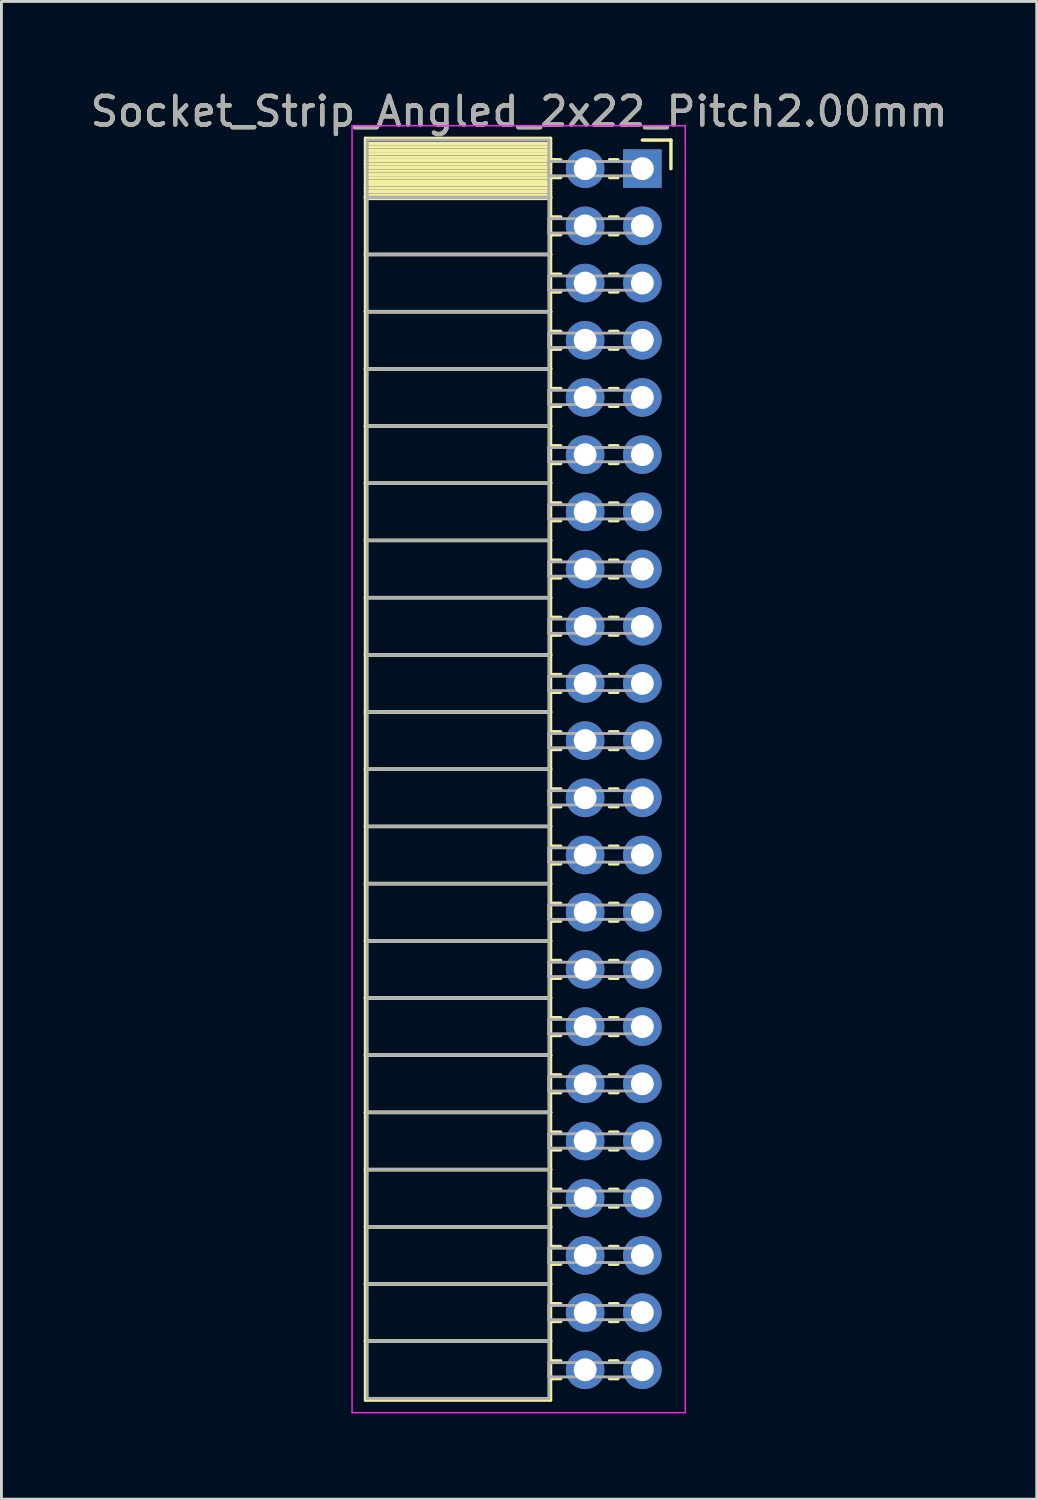
<source format=kicad_pcb>
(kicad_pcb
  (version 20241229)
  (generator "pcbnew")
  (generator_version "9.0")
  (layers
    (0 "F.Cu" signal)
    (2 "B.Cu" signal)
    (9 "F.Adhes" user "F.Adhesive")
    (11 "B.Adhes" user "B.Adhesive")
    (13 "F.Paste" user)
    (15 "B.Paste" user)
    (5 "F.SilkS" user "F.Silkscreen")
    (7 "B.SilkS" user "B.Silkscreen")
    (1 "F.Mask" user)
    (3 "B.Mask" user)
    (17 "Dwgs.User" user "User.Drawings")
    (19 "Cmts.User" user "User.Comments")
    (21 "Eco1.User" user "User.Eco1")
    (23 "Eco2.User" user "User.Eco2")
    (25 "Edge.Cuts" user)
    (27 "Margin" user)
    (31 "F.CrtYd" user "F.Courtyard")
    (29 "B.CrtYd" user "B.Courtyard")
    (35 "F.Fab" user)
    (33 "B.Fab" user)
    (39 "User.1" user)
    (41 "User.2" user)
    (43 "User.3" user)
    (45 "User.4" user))
  (footprint "Socket_Strip_Angled_2x22_Pitch2.00mm"
    (layer "F.Cu")
    (at 19.411 2.848)
    (property "Reference" "Socket_Strip_Angled_2x22_Pitch2.00mm" (at -4.31 -2 0) (layer "F.SilkS") (effects (font (size 1 1) (thickness 0.15))))
    (attr through_hole)
    (fp_line (start -9.68 -1.06) (end -3.21 -1.06) (stroke (width 0.12) (type solid)) (layer "F.SilkS"))
    (fp_line (start -9.68 1) (end -9.68 -1.06) (stroke (width 0.12) (type solid)) (layer "F.SilkS"))
    (fp_line (start -9.68 1) (end -3.21 1) (stroke (width 0.12) (type solid)) (layer "F.SilkS"))
    (fp_line (start -9.68 3) (end -9.68 1) (stroke (width 0.12) (type solid)) (layer "F.SilkS"))
    (fp_line (start -9.68 3) (end -3.21 3) (stroke (width 0.12) (type solid)) (layer "F.SilkS"))
    (fp_line (start -9.68 5) (end -9.68 3) (stroke (width 0.12) (type solid)) (layer "F.SilkS"))
    (fp_line (start -9.68 5) (end -3.21 5) (stroke (width 0.12) (type solid)) (layer "F.SilkS"))
    (fp_line (start -9.68 7) (end -9.68 5) (stroke (width 0.12) (type solid)) (layer "F.SilkS"))
    (fp_line (start -9.68 7) (end -3.21 7) (stroke (width 0.12) (type solid)) (layer "F.SilkS"))
    (fp_line (start -9.68 9) (end -9.68 7) (stroke (width 0.12) (type solid)) (layer "F.SilkS"))
    (fp_line (start -9.68 9) (end -3.21 9) (stroke (width 0.12) (type solid)) (layer "F.SilkS"))
    (fp_line (start -9.68 11) (end -9.68 9) (stroke (width 0.12) (type solid)) (layer "F.SilkS"))
    (fp_line (start -9.68 11) (end -3.21 11) (stroke (width 0.12) (type solid)) (layer "F.SilkS"))
    (fp_line (start -9.68 13) (end -9.68 11) (stroke (width 0.12) (type solid)) (layer "F.SilkS"))
    (fp_line (start -9.68 13) (end -3.21 13) (stroke (width 0.12) (type solid)) (layer "F.SilkS"))
    (fp_line (start -9.68 15) (end -9.68 13) (stroke (width 0.12) (type solid)) (layer "F.SilkS"))
    (fp_line (start -9.68 15) (end -3.21 15) (stroke (width 0.12) (type solid)) (layer "F.SilkS"))
    (fp_line (start -9.68 17) (end -9.68 15) (stroke (width 0.12) (type solid)) (layer "F.SilkS"))
    (fp_line (start -9.68 17) (end -3.21 17) (stroke (width 0.12) (type solid)) (layer "F.SilkS"))
    (fp_line (start -9.68 19) (end -9.68 17) (stroke (width 0.12) (type solid)) (layer "F.SilkS"))
    (fp_line (start -9.68 19) (end -3.21 19) (stroke (width 0.12) (type solid)) (layer "F.SilkS"))
    (fp_line (start -9.68 21) (end -9.68 19) (stroke (width 0.12) (type solid)) (layer "F.SilkS"))
    (fp_line (start -9.68 21) (end -3.21 21) (stroke (width 0.12) (type solid)) (layer "F.SilkS"))
    (fp_line (start -9.68 23) (end -9.68 21) (stroke (width 0.12) (type solid)) (layer "F.SilkS"))
    (fp_line (start -9.68 23) (end -3.21 23) (stroke (width 0.12) (type solid)) (layer "F.SilkS"))
    (fp_line (start -9.68 25) (end -9.68 23) (stroke (width 0.12) (type solid)) (layer "F.SilkS"))
    (fp_line (start -9.68 25) (end -3.21 25) (stroke (width 0.12) (type solid)) (layer "F.SilkS"))
    (fp_line (start -9.68 27) (end -9.68 25) (stroke (width 0.12) (type solid)) (layer "F.SilkS"))
    (fp_line (start -9.68 27) (end -3.21 27) (stroke (width 0.12) (type solid)) (layer "F.SilkS"))
    (fp_line (start -9.68 29) (end -9.68 27) (stroke (width 0.12) (type solid)) (layer "F.SilkS"))
    (fp_line (start -9.68 29) (end -3.21 29) (stroke (width 0.12) (type solid)) (layer "F.SilkS"))
    (fp_line (start -9.68 31) (end -9.68 29) (stroke (width 0.12) (type solid)) (layer "F.SilkS"))
    (fp_line (start -9.68 31) (end -3.21 31) (stroke (width 0.12) (type solid)) (layer "F.SilkS"))
    (fp_line (start -9.68 33) (end -9.68 31) (stroke (width 0.12) (type solid)) (layer "F.SilkS"))
    (fp_line (start -9.68 33) (end -3.21 33) (stroke (width 0.12) (type solid)) (layer "F.SilkS"))
    (fp_line (start -9.68 35) (end -9.68 33) (stroke (width 0.12) (type solid)) (layer "F.SilkS"))
    (fp_line (start -9.68 35) (end -3.21 35) (stroke (width 0.12) (type solid)) (layer "F.SilkS"))
    (fp_line (start -9.68 37) (end -9.68 35) (stroke (width 0.12) (type solid)) (layer "F.SilkS"))
    (fp_line (start -9.68 37) (end -3.21 37) (stroke (width 0.12) (type solid)) (layer "F.SilkS"))
    (fp_line (start -9.68 39) (end -9.68 37) (stroke (width 0.12) (type solid)) (layer "F.SilkS"))
    (fp_line (start -9.68 39) (end -3.21 39) (stroke (width 0.12) (type solid)) (layer "F.SilkS"))
    (fp_line (start -9.68 41) (end -9.68 39) (stroke (width 0.12) (type solid)) (layer "F.SilkS"))
    (fp_line (start -9.68 41) (end -3.21 41) (stroke (width 0.12) (type solid)) (layer "F.SilkS"))
    (fp_line (start -9.68 43.06) (end -9.68 41) (stroke (width 0.12) (type solid)) (layer "F.SilkS"))
    (fp_line (start -3.21 -1.06) (end -3.21 1) (stroke (width 0.12) (type solid)) (layer "F.SilkS"))
    (fp_line (start -3.21 -0.88) (end -9.68 -0.88) (stroke (width 0.12) (type solid)) (layer "F.SilkS"))
    (fp_line (start -3.21 -0.76) (end -9.68 -0.76) (stroke (width 0.12) (type solid)) (layer "F.SilkS"))
    (fp_line (start -3.21 -0.64) (end -9.68 -0.64) (stroke (width 0.12) (type solid)) (layer "F.SilkS"))
    (fp_line (start -3.21 -0.52) (end -9.68 -0.52) (stroke (width 0.12) (type solid)) (layer "F.SilkS"))
    (fp_line (start -3.21 -0.4) (end -9.68 -0.4) (stroke (width 0.12) (type solid)) (layer "F.SilkS"))
    (fp_line (start -3.21 -0.28) (end -9.68 -0.28) (stroke (width 0.12) (type solid)) (layer "F.SilkS"))
    (fp_line (start -3.21 -0.16) (end -9.68 -0.16) (stroke (width 0.12) (type solid)) (layer "F.SilkS"))
    (fp_line (start -3.21 -0.04) (end -9.68 -0.04) (stroke (width 0.12) (type solid)) (layer "F.SilkS"))
    (fp_line (start -3.21 0.08) (end -9.68 0.08) (stroke (width 0.12) (type solid)) (layer "F.SilkS"))
    (fp_line (start -3.21 0.2) (end -9.68 0.2) (stroke (width 0.12) (type solid)) (layer "F.SilkS"))
    (fp_line (start -3.21 0.32) (end -9.68 0.32) (stroke (width 0.12) (type solid)) (layer "F.SilkS"))
    (fp_line (start -3.21 0.44) (end -9.68 0.44) (stroke (width 0.12) (type solid)) (layer "F.SilkS"))
    (fp_line (start -3.21 0.56) (end -9.68 0.56) (stroke (width 0.12) (type solid)) (layer "F.SilkS"))
    (fp_line (start -3.21 0.68) (end -9.68 0.68) (stroke (width 0.12) (type solid)) (layer "F.SilkS"))
    (fp_line (start -3.21 0.8) (end -9.68 0.8) (stroke (width 0.12) (type solid)) (layer "F.SilkS"))
    (fp_line (start -3.21 0.92) (end -9.68 0.92) (stroke (width 0.12) (type solid)) (layer "F.SilkS"))
    (fp_line (start -3.21 1) (end -9.68 1) (stroke (width 0.12) (type solid)) (layer "F.SilkS"))
    (fp_line (start -3.21 1) (end -3.21 3) (stroke (width 0.12) (type solid)) (layer "F.SilkS"))
    (fp_line (start -3.21 1.04) (end -9.68 1.04) (stroke (width 0.12) (type solid)) (layer "F.SilkS"))
    (fp_line (start -3.21 3) (end -9.68 3) (stroke (width 0.12) (type solid)) (layer "F.SilkS"))
    (fp_line (start -3.21 3) (end -3.21 5) (stroke (width 0.12) (type solid)) (layer "F.SilkS"))
    (fp_line (start -3.21 5) (end -9.68 5) (stroke (width 0.12) (type solid)) (layer "F.SilkS"))
    (fp_line (start -3.21 5) (end -3.21 7) (stroke (width 0.12) (type solid)) (layer "F.SilkS"))
    (fp_line (start -3.21 7) (end -9.68 7) (stroke (width 0.12) (type solid)) (layer "F.SilkS"))
    (fp_line (start -3.21 7) (end -3.21 9) (stroke (width 0.12) (type solid)) (layer "F.SilkS"))
    (fp_line (start -3.21 9) (end -9.68 9) (stroke (width 0.12) (type solid)) (layer "F.SilkS"))
    (fp_line (start -3.21 9) (end -3.21 11) (stroke (width 0.12) (type solid)) (layer "F.SilkS"))
    (fp_line (start -3.21 11) (end -9.68 11) (stroke (width 0.12) (type solid)) (layer "F.SilkS"))
    (fp_line (start -3.21 11) (end -3.21 13) (stroke (width 0.12) (type solid)) (layer "F.SilkS"))
    (fp_line (start -3.21 13) (end -9.68 13) (stroke (width 0.12) (type solid)) (layer "F.SilkS"))
    (fp_line (start -3.21 13) (end -3.21 15) (stroke (width 0.12) (type solid)) (layer "F.SilkS"))
    (fp_line (start -3.21 15) (end -9.68 15) (stroke (width 0.12) (type solid)) (layer "F.SilkS"))
    (fp_line (start -3.21 15) (end -3.21 17) (stroke (width 0.12) (type solid)) (layer "F.SilkS"))
    (fp_line (start -3.21 17) (end -9.68 17) (stroke (width 0.12) (type solid)) (layer "F.SilkS"))
    (fp_line (start -3.21 17) (end -3.21 19) (stroke (width 0.12) (type solid)) (layer "F.SilkS"))
    (fp_line (start -3.21 19) (end -9.68 19) (stroke (width 0.12) (type solid)) (layer "F.SilkS"))
    (fp_line (start -3.21 19) (end -3.21 21) (stroke (width 0.12) (type solid)) (layer "F.SilkS"))
    (fp_line (start -3.21 21) (end -9.68 21) (stroke (width 0.12) (type solid)) (layer "F.SilkS"))
    (fp_line (start -3.21 21) (end -3.21 23) (stroke (width 0.12) (type solid)) (layer "F.SilkS"))
    (fp_line (start -3.21 23) (end -9.68 23) (stroke (width 0.12) (type solid)) (layer "F.SilkS"))
    (fp_line (start -3.21 23) (end -3.21 25) (stroke (width 0.12) (type solid)) (layer "F.SilkS"))
    (fp_line (start -3.21 25) (end -9.68 25) (stroke (width 0.12) (type solid)) (layer "F.SilkS"))
    (fp_line (start -3.21 25) (end -3.21 27) (stroke (width 0.12) (type solid)) (layer "F.SilkS"))
    (fp_line (start -3.21 27) (end -9.68 27) (stroke (width 0.12) (type solid)) (layer "F.SilkS"))
    (fp_line (start -3.21 27) (end -3.21 29) (stroke (width 0.12) (type solid)) (layer "F.SilkS"))
    (fp_line (start -3.21 29) (end -9.68 29) (stroke (width 0.12) (type solid)) (layer "F.SilkS"))
    (fp_line (start -3.21 29) (end -3.21 31) (stroke (width 0.12) (type solid)) (layer "F.SilkS"))
    (fp_line (start -3.21 31) (end -9.68 31) (stroke (width 0.12) (type solid)) (layer "F.SilkS"))
    (fp_line (start -3.21 31) (end -3.21 33) (stroke (width 0.12) (type solid)) (layer "F.SilkS"))
    (fp_line (start -3.21 33) (end -9.68 33) (stroke (width 0.12) (type solid)) (layer "F.SilkS"))
    (fp_line (start -3.21 33) (end -3.21 35) (stroke (width 0.12) (type solid)) (layer "F.SilkS"))
    (fp_line (start -3.21 35) (end -9.68 35) (stroke (width 0.12) (type solid)) (layer "F.SilkS"))
    (fp_line (start -3.21 35) (end -3.21 37) (stroke (width 0.12) (type solid)) (layer "F.SilkS"))
    (fp_line (start -3.21 37) (end -9.68 37) (stroke (width 0.12) (type solid)) (layer "F.SilkS"))
    (fp_line (start -3.21 37) (end -3.21 39) (stroke (width 0.12) (type solid)) (layer "F.SilkS"))
    (fp_line (start -3.21 39) (end -9.68 39) (stroke (width 0.12) (type solid)) (layer "F.SilkS"))
    (fp_line (start -3.21 39) (end -3.21 41) (stroke (width 0.12) (type solid)) (layer "F.SilkS"))
    (fp_line (start -3.21 41) (end -9.68 41) (stroke (width 0.12) (type solid)) (layer "F.SilkS"))
    (fp_line (start -3.21 41) (end -3.21 43.06) (stroke (width 0.12) (type solid)) (layer "F.SilkS"))
    (fp_line (start -3.21 43.06) (end -9.68 43.06) (stroke (width 0.12) (type solid)) (layer "F.SilkS"))
    (fp_line (start -2.855 -0.31) (end -3.21 -0.31) (stroke (width 0.12) (type solid)) (layer "F.SilkS"))
    (fp_line (start -2.855 0.31) (end -3.21 0.31) (stroke (width 0.12) (type solid)) (layer "F.SilkS"))
    (fp_line (start -2.855 1.69) (end -3.21 1.69) (stroke (width 0.12) (type solid)) (layer "F.SilkS"))
    (fp_line (start -2.855 2.31) (end -3.21 2.31) (stroke (width 0.12) (type solid)) (layer "F.SilkS"))
    (fp_line (start -2.855 3.69) (end -3.21 3.69) (stroke (width 0.12) (type solid)) (layer "F.SilkS"))
    (fp_line (start -2.855 4.31) (end -3.21 4.31) (stroke (width 0.12) (type solid)) (layer "F.SilkS"))
    (fp_line (start -2.855 5.69) (end -3.21 5.69) (stroke (width 0.12) (type solid)) (layer "F.SilkS"))
    (fp_line (start -2.855 6.31) (end -3.21 6.31) (stroke (width 0.12) (type solid)) (layer "F.SilkS"))
    (fp_line (start -2.855 7.69) (end -3.21 7.69) (stroke (width 0.12) (type solid)) (layer "F.SilkS"))
    (fp_line (start -2.855 8.31) (end -3.21 8.31) (stroke (width 0.12) (type solid)) (layer "F.SilkS"))
    (fp_line (start -2.855 9.69) (end -3.21 9.69) (stroke (width 0.12) (type solid)) (layer "F.SilkS"))
    (fp_line (start -2.855 10.31) (end -3.21 10.31) (stroke (width 0.12) (type solid)) (layer "F.SilkS"))
    (fp_line (start -2.855 11.69) (end -3.21 11.69) (stroke (width 0.12) (type solid)) (layer "F.SilkS"))
    (fp_line (start -2.855 12.31) (end -3.21 12.31) (stroke (width 0.12) (type solid)) (layer "F.SilkS"))
    (fp_line (start -2.855 13.69) (end -3.21 13.69) (stroke (width 0.12) (type solid)) (layer "F.SilkS"))
    (fp_line (start -2.855 14.31) (end -3.21 14.31) (stroke (width 0.12) (type solid)) (layer "F.SilkS"))
    (fp_line (start -2.855 15.69) (end -3.21 15.69) (stroke (width 0.12) (type solid)) (layer "F.SilkS"))
    (fp_line (start -2.855 16.31) (end -3.21 16.31) (stroke (width 0.12) (type solid)) (layer "F.SilkS"))
    (fp_line (start -2.855 17.69) (end -3.21 17.69) (stroke (width 0.12) (type solid)) (layer "F.SilkS"))
    (fp_line (start -2.855 18.31) (end -3.21 18.31) (stroke (width 0.12) (type solid)) (layer "F.SilkS"))
    (fp_line (start -2.855 19.69) (end -3.21 19.69) (stroke (width 0.12) (type solid)) (layer "F.SilkS"))
    (fp_line (start -2.855 20.31) (end -3.21 20.31) (stroke (width 0.12) (type solid)) (layer "F.SilkS"))
    (fp_line (start -2.855 21.69) (end -3.21 21.69) (stroke (width 0.12) (type solid)) (layer "F.SilkS"))
    (fp_line (start -2.855 22.31) (end -3.21 22.31) (stroke (width 0.12) (type solid)) (layer "F.SilkS"))
    (fp_line (start -2.855 23.69) (end -3.21 23.69) (stroke (width 0.12) (type solid)) (layer "F.SilkS"))
    (fp_line (start -2.855 24.31) (end -3.21 24.31) (stroke (width 0.12) (type solid)) (layer "F.SilkS"))
    (fp_line (start -2.855 25.69) (end -3.21 25.69) (stroke (width 0.12) (type solid)) (layer "F.SilkS"))
    (fp_line (start -2.855 26.31) (end -3.21 26.31) (stroke (width 0.12) (type solid)) (layer "F.SilkS"))
    (fp_line (start -2.855 27.69) (end -3.21 27.69) (stroke (width 0.12) (type solid)) (layer "F.SilkS"))
    (fp_line (start -2.855 28.31) (end -3.21 28.31) (stroke (width 0.12) (type solid)) (layer "F.SilkS"))
    (fp_line (start -2.855 29.69) (end -3.21 29.69) (stroke (width 0.12) (type solid)) (layer "F.SilkS"))
    (fp_line (start -2.855 30.31) (end -3.21 30.31) (stroke (width 0.12) (type solid)) (layer "F.SilkS"))
    (fp_line (start -2.855 31.69) (end -3.21 31.69) (stroke (width 0.12) (type solid)) (layer "F.SilkS"))
    (fp_line (start -2.855 32.31) (end -3.21 32.31) (stroke (width 0.12) (type solid)) (layer "F.SilkS"))
    (fp_line (start -2.855 33.69) (end -3.21 33.69) (stroke (width 0.12) (type solid)) (layer "F.SilkS"))
    (fp_line (start -2.855 34.31) (end -3.21 34.31) (stroke (width 0.12) (type solid)) (layer "F.SilkS"))
    (fp_line (start -2.855 35.69) (end -3.21 35.69) (stroke (width 0.12) (type solid)) (layer "F.SilkS"))
    (fp_line (start -2.855 36.31) (end -3.21 36.31) (stroke (width 0.12) (type solid)) (layer "F.SilkS"))
    (fp_line (start -2.855 37.69) (end -3.21 37.69) (stroke (width 0.12) (type solid)) (layer "F.SilkS"))
    (fp_line (start -2.855 38.31) (end -3.21 38.31) (stroke (width 0.12) (type solid)) (layer "F.SilkS"))
    (fp_line (start -2.855 39.69) (end -3.21 39.69) (stroke (width 0.12) (type solid)) (layer "F.SilkS"))
    (fp_line (start -2.855 40.31) (end -3.21 40.31) (stroke (width 0.12) (type solid)) (layer "F.SilkS"))
    (fp_line (start -2.855 41.69) (end -3.21 41.69) (stroke (width 0.12) (type solid)) (layer "F.SilkS"))
    (fp_line (start -2.855 42.31) (end -3.21 42.31) (stroke (width 0.12) (type solid)) (layer "F.SilkS"))
    (fp_line (start -0.855 -0.31) (end -1.145 -0.31) (stroke (width 0.12) (type solid)) (layer "F.SilkS"))
    (fp_line (start -0.855 0.31) (end -1.145 0.31) (stroke (width 0.12) (type solid)) (layer "F.SilkS"))
    (fp_line (start -0.855 1.69) (end -1.145 1.69) (stroke (width 0.12) (type solid)) (layer "F.SilkS"))
    (fp_line (start -0.855 2.31) (end -1.145 2.31) (stroke (width 0.12) (type solid)) (layer "F.SilkS"))
    (fp_line (start -0.855 3.69) (end -1.145 3.69) (stroke (width 0.12) (type solid)) (layer "F.SilkS"))
    (fp_line (start -0.855 4.31) (end -1.145 4.31) (stroke (width 0.12) (type solid)) (layer "F.SilkS"))
    (fp_line (start -0.855 5.69) (end -1.145 5.69) (stroke (width 0.12) (type solid)) (layer "F.SilkS"))
    (fp_line (start -0.855 6.31) (end -1.145 6.31) (stroke (width 0.12) (type solid)) (layer "F.SilkS"))
    (fp_line (start -0.855 7.69) (end -1.145 7.69) (stroke (width 0.12) (type solid)) (layer "F.SilkS"))
    (fp_line (start -0.855 8.31) (end -1.145 8.31) (stroke (width 0.12) (type solid)) (layer "F.SilkS"))
    (fp_line (start -0.855 9.69) (end -1.145 9.69) (stroke (width 0.12) (type solid)) (layer "F.SilkS"))
    (fp_line (start -0.855 10.31) (end -1.145 10.31) (stroke (width 0.12) (type solid)) (layer "F.SilkS"))
    (fp_line (start -0.855 11.69) (end -1.145 11.69) (stroke (width 0.12) (type solid)) (layer "F.SilkS"))
    (fp_line (start -0.855 12.31) (end -1.145 12.31) (stroke (width 0.12) (type solid)) (layer "F.SilkS"))
    (fp_line (start -0.855 13.69) (end -1.145 13.69) (stroke (width 0.12) (type solid)) (layer "F.SilkS"))
    (fp_line (start -0.855 14.31) (end -1.145 14.31) (stroke (width 0.12) (type solid)) (layer "F.SilkS"))
    (fp_line (start -0.855 15.69) (end -1.145 15.69) (stroke (width 0.12) (type solid)) (layer "F.SilkS"))
    (fp_line (start -0.855 16.31) (end -1.145 16.31) (stroke (width 0.12) (type solid)) (layer "F.SilkS"))
    (fp_line (start -0.855 17.69) (end -1.145 17.69) (stroke (width 0.12) (type solid)) (layer "F.SilkS"))
    (fp_line (start -0.855 18.31) (end -1.145 18.31) (stroke (width 0.12) (type solid)) (layer "F.SilkS"))
    (fp_line (start -0.855 19.69) (end -1.145 19.69) (stroke (width 0.12) (type solid)) (layer "F.SilkS"))
    (fp_line (start -0.855 20.31) (end -1.145 20.31) (stroke (width 0.12) (type solid)) (layer "F.SilkS"))
    (fp_line (start -0.855 21.69) (end -1.145 21.69) (stroke (width 0.12) (type solid)) (layer "F.SilkS"))
    (fp_line (start -0.855 22.31) (end -1.145 22.31) (stroke (width 0.12) (type solid)) (layer "F.SilkS"))
    (fp_line (start -0.855 23.69) (end -1.145 23.69) (stroke (width 0.12) (type solid)) (layer "F.SilkS"))
    (fp_line (start -0.855 24.31) (end -1.145 24.31) (stroke (width 0.12) (type solid)) (layer "F.SilkS"))
    (fp_line (start -0.855 25.69) (end -1.145 25.69) (stroke (width 0.12) (type solid)) (layer "F.SilkS"))
    (fp_line (start -0.855 26.31) (end -1.145 26.31) (stroke (width 0.12) (type solid)) (layer "F.SilkS"))
    (fp_line (start -0.855 27.69) (end -1.145 27.69) (stroke (width 0.12) (type solid)) (layer "F.SilkS"))
    (fp_line (start -0.855 28.31) (end -1.145 28.31) (stroke (width 0.12) (type solid)) (layer "F.SilkS"))
    (fp_line (start -0.855 29.69) (end -1.145 29.69) (stroke (width 0.12) (type solid)) (layer "F.SilkS"))
    (fp_line (start -0.855 30.31) (end -1.145 30.31) (stroke (width 0.12) (type solid)) (layer "F.SilkS"))
    (fp_line (start -0.855 31.69) (end -1.145 31.69) (stroke (width 0.12) (type solid)) (layer "F.SilkS"))
    (fp_line (start -0.855 32.31) (end -1.145 32.31) (stroke (width 0.12) (type solid)) (layer "F.SilkS"))
    (fp_line (start -0.855 33.69) (end -1.145 33.69) (stroke (width 0.12) (type solid)) (layer "F.SilkS"))
    (fp_line (start -0.855 34.31) (end -1.145 34.31) (stroke (width 0.12) (type solid)) (layer "F.SilkS"))
    (fp_line (start -0.855 35.69) (end -1.145 35.69) (stroke (width 0.12) (type solid)) (layer "F.SilkS"))
    (fp_line (start -0.855 36.31) (end -1.145 36.31) (stroke (width 0.12) (type solid)) (layer "F.SilkS"))
    (fp_line (start -0.855 37.69) (end -1.145 37.69) (stroke (width 0.12) (type solid)) (layer "F.SilkS"))
    (fp_line (start -0.855 38.31) (end -1.145 38.31) (stroke (width 0.12) (type solid)) (layer "F.SilkS"))
    (fp_line (start -0.855 39.69) (end -1.145 39.69) (stroke (width 0.12) (type solid)) (layer "F.SilkS"))
    (fp_line (start -0.855 40.31) (end -1.145 40.31) (stroke (width 0.12) (type solid)) (layer "F.SilkS"))
    (fp_line (start -0.855 41.69) (end -1.145 41.69) (stroke (width 0.12) (type solid)) (layer "F.SilkS"))
    (fp_line (start -0.855 42.31) (end -1.145 42.31) (stroke (width 0.12) (type solid)) (layer "F.SilkS"))
    (fp_line (start 0 -1) (end 1 -1) (stroke (width 0.12) (type solid)) (layer "F.SilkS"))
    (fp_line (start 1 -1) (end 1 0) (stroke (width 0.12) (type solid)) (layer "F.SilkS"))
    (fp_line (start -10.15 -1.5) (end 1.5 -1.5) (stroke (width 0.05) (type solid)) (layer "F.CrtYd"))
    (fp_line (start -10.15 43.5) (end -10.15 -1.5) (stroke (width 0.05) (type solid)) (layer "F.CrtYd"))
    (fp_line (start 1.5 -1.5) (end 1.5 43.5) (stroke (width 0.05) (type solid)) (layer "F.CrtYd"))
    (fp_line (start 1.5 43.5) (end -10.15 43.5) (stroke (width 0.05) (type solid)) (layer "F.CrtYd"))
    (fp_line (start -9.62 -1) (end -3.27 -1) (stroke (width 0.1) (type solid)) (layer "F.Fab"))
    (fp_line (start -9.62 1) (end -9.62 -1) (stroke (width 0.1) (type solid)) (layer "F.Fab"))
    (fp_line (start -9.62 1) (end -3.27 1) (stroke (width 0.1) (type solid)) (layer "F.Fab"))
    (fp_line (start -9.62 3) (end -9.62 1) (stroke (width 0.1) (type solid)) (layer "F.Fab"))
    (fp_line (start -9.62 3) (end -3.27 3) (stroke (width 0.1) (type solid)) (layer "F.Fab"))
    (fp_line (start -9.62 5) (end -9.62 3) (stroke (width 0.1) (type solid)) (layer "F.Fab"))
    (fp_line (start -9.62 5) (end -3.27 5) (stroke (width 0.1) (type solid)) (layer "F.Fab"))
    (fp_line (start -9.62 7) (end -9.62 5) (stroke (width 0.1) (type solid)) (layer "F.Fab"))
    (fp_line (start -9.62 7) (end -3.27 7) (stroke (width 0.1) (type solid)) (layer "F.Fab"))
    (fp_line (start -9.62 9) (end -9.62 7) (stroke (width 0.1) (type solid)) (layer "F.Fab"))
    (fp_line (start -9.62 9) (end -3.27 9) (stroke (width 0.1) (type solid)) (layer "F.Fab"))
    (fp_line (start -9.62 11) (end -9.62 9) (stroke (width 0.1) (type solid)) (layer "F.Fab"))
    (fp_line (start -9.62 11) (end -3.27 11) (stroke (width 0.1) (type solid)) (layer "F.Fab"))
    (fp_line (start -9.62 13) (end -9.62 11) (stroke (width 0.1) (type solid)) (layer "F.Fab"))
    (fp_line (start -9.62 13) (end -3.27 13) (stroke (width 0.1) (type solid)) (layer "F.Fab"))
    (fp_line (start -9.62 15) (end -9.62 13) (stroke (width 0.1) (type solid)) (layer "F.Fab"))
    (fp_line (start -9.62 15) (end -3.27 15) (stroke (width 0.1) (type solid)) (layer "F.Fab"))
    (fp_line (start -9.62 17) (end -9.62 15) (stroke (width 0.1) (type solid)) (layer "F.Fab"))
    (fp_line (start -9.62 17) (end -3.27 17) (stroke (width 0.1) (type solid)) (layer "F.Fab"))
    (fp_line (start -9.62 19) (end -9.62 17) (stroke (width 0.1) (type solid)) (layer "F.Fab"))
    (fp_line (start -9.62 19) (end -3.27 19) (stroke (width 0.1) (type solid)) (layer "F.Fab"))
    (fp_line (start -9.62 21) (end -9.62 19) (stroke (width 0.1) (type solid)) (layer "F.Fab"))
    (fp_line (start -9.62 21) (end -3.27 21) (stroke (width 0.1) (type solid)) (layer "F.Fab"))
    (fp_line (start -9.62 23) (end -9.62 21) (stroke (width 0.1) (type solid)) (layer "F.Fab"))
    (fp_line (start -9.62 23) (end -3.27 23) (stroke (width 0.1) (type solid)) (layer "F.Fab"))
    (fp_line (start -9.62 25) (end -9.62 23) (stroke (width 0.1) (type solid)) (layer "F.Fab"))
    (fp_line (start -9.62 25) (end -3.27 25) (stroke (width 0.1) (type solid)) (layer "F.Fab"))
    (fp_line (start -9.62 27) (end -9.62 25) (stroke (width 0.1) (type solid)) (layer "F.Fab"))
    (fp_line (start -9.62 27) (end -3.27 27) (stroke (width 0.1) (type solid)) (layer "F.Fab"))
    (fp_line (start -9.62 29) (end -9.62 27) (stroke (width 0.1) (type solid)) (layer "F.Fab"))
    (fp_line (start -9.62 29) (end -3.27 29) (stroke (width 0.1) (type solid)) (layer "F.Fab"))
    (fp_line (start -9.62 31) (end -9.62 29) (stroke (width 0.1) (type solid)) (layer "F.Fab"))
    (fp_line (start -9.62 31) (end -3.27 31) (stroke (width 0.1) (type solid)) (layer "F.Fab"))
    (fp_line (start -9.62 33) (end -9.62 31) (stroke (width 0.1) (type solid)) (layer "F.Fab"))
    (fp_line (start -9.62 33) (end -3.27 33) (stroke (width 0.1) (type solid)) (layer "F.Fab"))
    (fp_line (start -9.62 35) (end -9.62 33) (stroke (width 0.1) (type solid)) (layer "F.Fab"))
    (fp_line (start -9.62 35) (end -3.27 35) (stroke (width 0.1) (type solid)) (layer "F.Fab"))
    (fp_line (start -9.62 37) (end -9.62 35) (stroke (width 0.1) (type solid)) (layer "F.Fab"))
    (fp_line (start -9.62 37) (end -3.27 37) (stroke (width 0.1) (type solid)) (layer "F.Fab"))
    (fp_line (start -9.62 39) (end -9.62 37) (stroke (width 0.1) (type solid)) (layer "F.Fab"))
    (fp_line (start -9.62 39) (end -3.27 39) (stroke (width 0.1) (type solid)) (layer "F.Fab"))
    (fp_line (start -9.62 41) (end -9.62 39) (stroke (width 0.1) (type solid)) (layer "F.Fab"))
    (fp_line (start -9.62 41) (end -3.27 41) (stroke (width 0.1) (type solid)) (layer "F.Fab"))
    (fp_line (start -9.62 43) (end -9.62 41) (stroke (width 0.1) (type solid)) (layer "F.Fab"))
    (fp_line (start -3.27 -1) (end -3.27 1) (stroke (width 0.1) (type solid)) (layer "F.Fab"))
    (fp_line (start -3.27 -0.25) (end 0 -0.25) (stroke (width 0.1) (type solid)) (layer "F.Fab"))
    (fp_line (start -3.27 0.25) (end -3.27 -0.25) (stroke (width 0.1) (type solid)) (layer "F.Fab"))
    (fp_line (start -3.27 1) (end -9.62 1) (stroke (width 0.1) (type solid)) (layer "F.Fab"))
    (fp_line (start -3.27 1) (end -3.27 3) (stroke (width 0.1) (type solid)) (layer "F.Fab"))
    (fp_line (start -3.27 1.75) (end 0 1.75) (stroke (width 0.1) (type solid)) (layer "F.Fab"))
    (fp_line (start -3.27 2.25) (end -3.27 1.75) (stroke (width 0.1) (type solid)) (layer "F.Fab"))
    (fp_line (start -3.27 3) (end -9.62 3) (stroke (width 0.1) (type solid)) (layer "F.Fab"))
    (fp_line (start -3.27 3) (end -3.27 5) (stroke (width 0.1) (type solid)) (layer "F.Fab"))
    (fp_line (start -3.27 3.75) (end 0 3.75) (stroke (width 0.1) (type solid)) (layer "F.Fab"))
    (fp_line (start -3.27 4.25) (end -3.27 3.75) (stroke (width 0.1) (type solid)) (layer "F.Fab"))
    (fp_line (start -3.27 5) (end -9.62 5) (stroke (width 0.1) (type solid)) (layer "F.Fab"))
    (fp_line (start -3.27 5) (end -3.27 7) (stroke (width 0.1) (type solid)) (layer "F.Fab"))
    (fp_line (start -3.27 5.75) (end 0 5.75) (stroke (width 0.1) (type solid)) (layer "F.Fab"))
    (fp_line (start -3.27 6.25) (end -3.27 5.75) (stroke (width 0.1) (type solid)) (layer "F.Fab"))
    (fp_line (start -3.27 7) (end -9.62 7) (stroke (width 0.1) (type solid)) (layer "F.Fab"))
    (fp_line (start -3.27 7) (end -3.27 9) (stroke (width 0.1) (type solid)) (layer "F.Fab"))
    (fp_line (start -3.27 7.75) (end 0 7.75) (stroke (width 0.1) (type solid)) (layer "F.Fab"))
    (fp_line (start -3.27 8.25) (end -3.27 7.75) (stroke (width 0.1) (type solid)) (layer "F.Fab"))
    (fp_line (start -3.27 9) (end -9.62 9) (stroke (width 0.1) (type solid)) (layer "F.Fab"))
    (fp_line (start -3.27 9) (end -3.27 11) (stroke (width 0.1) (type solid)) (layer "F.Fab"))
    (fp_line (start -3.27 9.75) (end 0 9.75) (stroke (width 0.1) (type solid)) (layer "F.Fab"))
    (fp_line (start -3.27 10.25) (end -3.27 9.75) (stroke (width 0.1) (type solid)) (layer "F.Fab"))
    (fp_line (start -3.27 11) (end -9.62 11) (stroke (width 0.1) (type solid)) (layer "F.Fab"))
    (fp_line (start -3.27 11) (end -3.27 13) (stroke (width 0.1) (type solid)) (layer "F.Fab"))
    (fp_line (start -3.27 11.75) (end 0 11.75) (stroke (width 0.1) (type solid)) (layer "F.Fab"))
    (fp_line (start -3.27 12.25) (end -3.27 11.75) (stroke (width 0.1) (type solid)) (layer "F.Fab"))
    (fp_line (start -3.27 13) (end -9.62 13) (stroke (width 0.1) (type solid)) (layer "F.Fab"))
    (fp_line (start -3.27 13) (end -3.27 15) (stroke (width 0.1) (type solid)) (layer "F.Fab"))
    (fp_line (start -3.27 13.75) (end 0 13.75) (stroke (width 0.1) (type solid)) (layer "F.Fab"))
    (fp_line (start -3.27 14.25) (end -3.27 13.75) (stroke (width 0.1) (type solid)) (layer "F.Fab"))
    (fp_line (start -3.27 15) (end -9.62 15) (stroke (width 0.1) (type solid)) (layer "F.Fab"))
    (fp_line (start -3.27 15) (end -3.27 17) (stroke (width 0.1) (type solid)) (layer "F.Fab"))
    (fp_line (start -3.27 15.75) (end 0 15.75) (stroke (width 0.1) (type solid)) (layer "F.Fab"))
    (fp_line (start -3.27 16.25) (end -3.27 15.75) (stroke (width 0.1) (type solid)) (layer "F.Fab"))
    (fp_line (start -3.27 17) (end -9.62 17) (stroke (width 0.1) (type solid)) (layer "F.Fab"))
    (fp_line (start -3.27 17) (end -3.27 19) (stroke (width 0.1) (type solid)) (layer "F.Fab"))
    (fp_line (start -3.27 17.75) (end 0 17.75) (stroke (width 0.1) (type solid)) (layer "F.Fab"))
    (fp_line (start -3.27 18.25) (end -3.27 17.75) (stroke (width 0.1) (type solid)) (layer "F.Fab"))
    (fp_line (start -3.27 19) (end -9.62 19) (stroke (width 0.1) (type solid)) (layer "F.Fab"))
    (fp_line (start -3.27 19) (end -3.27 21) (stroke (width 0.1) (type solid)) (layer "F.Fab"))
    (fp_line (start -3.27 19.75) (end 0 19.75) (stroke (width 0.1) (type solid)) (layer "F.Fab"))
    (fp_line (start -3.27 20.25) (end -3.27 19.75) (stroke (width 0.1) (type solid)) (layer "F.Fab"))
    (fp_line (start -3.27 21) (end -9.62 21) (stroke (width 0.1) (type solid)) (layer "F.Fab"))
    (fp_line (start -3.27 21) (end -3.27 23) (stroke (width 0.1) (type solid)) (layer "F.Fab"))
    (fp_line (start -3.27 21.75) (end 0 21.75) (stroke (width 0.1) (type solid)) (layer "F.Fab"))
    (fp_line (start -3.27 22.25) (end -3.27 21.75) (stroke (width 0.1) (type solid)) (layer "F.Fab"))
    (fp_line (start -3.27 23) (end -9.62 23) (stroke (width 0.1) (type solid)) (layer "F.Fab"))
    (fp_line (start -3.27 23) (end -3.27 25) (stroke (width 0.1) (type solid)) (layer "F.Fab"))
    (fp_line (start -3.27 23.75) (end 0 23.75) (stroke (width 0.1) (type solid)) (layer "F.Fab"))
    (fp_line (start -3.27 24.25) (end -3.27 23.75) (stroke (width 0.1) (type solid)) (layer "F.Fab"))
    (fp_line (start -3.27 25) (end -9.62 25) (stroke (width 0.1) (type solid)) (layer "F.Fab"))
    (fp_line (start -3.27 25) (end -3.27 27) (stroke (width 0.1) (type solid)) (layer "F.Fab"))
    (fp_line (start -3.27 25.75) (end 0 25.75) (stroke (width 0.1) (type solid)) (layer "F.Fab"))
    (fp_line (start -3.27 26.25) (end -3.27 25.75) (stroke (width 0.1) (type solid)) (layer "F.Fab"))
    (fp_line (start -3.27 27) (end -9.62 27) (stroke (width 0.1) (type solid)) (layer "F.Fab"))
    (fp_line (start -3.27 27) (end -3.27 29) (stroke (width 0.1) (type solid)) (layer "F.Fab"))
    (fp_line (start -3.27 27.75) (end 0 27.75) (stroke (width 0.1) (type solid)) (layer "F.Fab"))
    (fp_line (start -3.27 28.25) (end -3.27 27.75) (stroke (width 0.1) (type solid)) (layer "F.Fab"))
    (fp_line (start -3.27 29) (end -9.62 29) (stroke (width 0.1) (type solid)) (layer "F.Fab"))
    (fp_line (start -3.27 29) (end -3.27 31) (stroke (width 0.1) (type solid)) (layer "F.Fab"))
    (fp_line (start -3.27 29.75) (end 0 29.75) (stroke (width 0.1) (type solid)) (layer "F.Fab"))
    (fp_line (start -3.27 30.25) (end -3.27 29.75) (stroke (width 0.1) (type solid)) (layer "F.Fab"))
    (fp_line (start -3.27 31) (end -9.62 31) (stroke (width 0.1) (type solid)) (layer "F.Fab"))
    (fp_line (start -3.27 31) (end -3.27 33) (stroke (width 0.1) (type solid)) (layer "F.Fab"))
    (fp_line (start -3.27 31.75) (end 0 31.75) (stroke (width 0.1) (type solid)) (layer "F.Fab"))
    (fp_line (start -3.27 32.25) (end -3.27 31.75) (stroke (width 0.1) (type solid)) (layer "F.Fab"))
    (fp_line (start -3.27 33) (end -9.62 33) (stroke (width 0.1) (type solid)) (layer "F.Fab"))
    (fp_line (start -3.27 33) (end -3.27 35) (stroke (width 0.1) (type solid)) (layer "F.Fab"))
    (fp_line (start -3.27 33.75) (end 0 33.75) (stroke (width 0.1) (type solid)) (layer "F.Fab"))
    (fp_line (start -3.27 34.25) (end -3.27 33.75) (stroke (width 0.1) (type solid)) (layer "F.Fab"))
    (fp_line (start -3.27 35) (end -9.62 35) (stroke (width 0.1) (type solid)) (layer "F.Fab"))
    (fp_line (start -3.27 35) (end -3.27 37) (stroke (width 0.1) (type solid)) (layer "F.Fab"))
    (fp_line (start -3.27 35.75) (end 0 35.75) (stroke (width 0.1) (type solid)) (layer "F.Fab"))
    (fp_line (start -3.27 36.25) (end -3.27 35.75) (stroke (width 0.1) (type solid)) (layer "F.Fab"))
    (fp_line (start -3.27 37) (end -9.62 37) (stroke (width 0.1) (type solid)) (layer "F.Fab"))
    (fp_line (start -3.27 37) (end -3.27 39) (stroke (width 0.1) (type solid)) (layer "F.Fab"))
    (fp_line (start -3.27 37.75) (end 0 37.75) (stroke (width 0.1) (type solid)) (layer "F.Fab"))
    (fp_line (start -3.27 38.25) (end -3.27 37.75) (stroke (width 0.1) (type solid)) (layer "F.Fab"))
    (fp_line (start -3.27 39) (end -9.62 39) (stroke (width 0.1) (type solid)) (layer "F.Fab"))
    (fp_line (start -3.27 39) (end -3.27 41) (stroke (width 0.1) (type solid)) (layer "F.Fab"))
    (fp_line (start -3.27 39.75) (end 0 39.75) (stroke (width 0.1) (type solid)) (layer "F.Fab"))
    (fp_line (start -3.27 40.25) (end -3.27 39.75) (stroke (width 0.1) (type solid)) (layer "F.Fab"))
    (fp_line (start -3.27 41) (end -9.62 41) (stroke (width 0.1) (type solid)) (layer "F.Fab"))
    (fp_line (start -3.27 41) (end -3.27 43) (stroke (width 0.1) (type solid)) (layer "F.Fab"))
    (fp_line (start -3.27 41.75) (end 0 41.75) (stroke (width 0.1) (type solid)) (layer "F.Fab"))
    (fp_line (start -3.27 42.25) (end -3.27 41.75) (stroke (width 0.1) (type solid)) (layer "F.Fab"))
    (fp_line (start -3.27 43) (end -9.62 43) (stroke (width 0.1) (type solid)) (layer "F.Fab"))
    (fp_line (start 0 -0.25) (end 0 0.25) (stroke (width 0.1) (type solid)) (layer "F.Fab"))
    (fp_line (start 0 0.25) (end -3.27 0.25) (stroke (width 0.1) (type solid)) (layer "F.Fab"))
    (fp_line (start 0 1.75) (end 0 2.25) (stroke (width 0.1) (type solid)) (layer "F.Fab"))
    (fp_line (start 0 2.25) (end -3.27 2.25) (stroke (width 0.1) (type solid)) (layer "F.Fab"))
    (fp_line (start 0 3.75) (end 0 4.25) (stroke (width 0.1) (type solid)) (layer "F.Fab"))
    (fp_line (start 0 4.25) (end -3.27 4.25) (stroke (width 0.1) (type solid)) (layer "F.Fab"))
    (fp_line (start 0 5.75) (end 0 6.25) (stroke (width 0.1) (type solid)) (layer "F.Fab"))
    (fp_line (start 0 6.25) (end -3.27 6.25) (stroke (width 0.1) (type solid)) (layer "F.Fab"))
    (fp_line (start 0 7.75) (end 0 8.25) (stroke (width 0.1) (type solid)) (layer "F.Fab"))
    (fp_line (start 0 8.25) (end -3.27 8.25) (stroke (width 0.1) (type solid)) (layer "F.Fab"))
    (fp_line (start 0 9.75) (end 0 10.25) (stroke (width 0.1) (type solid)) (layer "F.Fab"))
    (fp_line (start 0 10.25) (end -3.27 10.25) (stroke (width 0.1) (type solid)) (layer "F.Fab"))
    (fp_line (start 0 11.75) (end 0 12.25) (stroke (width 0.1) (type solid)) (layer "F.Fab"))
    (fp_line (start 0 12.25) (end -3.27 12.25) (stroke (width 0.1) (type solid)) (layer "F.Fab"))
    (fp_line (start 0 13.75) (end 0 14.25) (stroke (width 0.1) (type solid)) (layer "F.Fab"))
    (fp_line (start 0 14.25) (end -3.27 14.25) (stroke (width 0.1) (type solid)) (layer "F.Fab"))
    (fp_line (start 0 15.75) (end 0 16.25) (stroke (width 0.1) (type solid)) (layer "F.Fab"))
    (fp_line (start 0 16.25) (end -3.27 16.25) (stroke (width 0.1) (type solid)) (layer "F.Fab"))
    (fp_line (start 0 17.75) (end 0 18.25) (stroke (width 0.1) (type solid)) (layer "F.Fab"))
    (fp_line (start 0 18.25) (end -3.27 18.25) (stroke (width 0.1) (type solid)) (layer "F.Fab"))
    (fp_line (start 0 19.75) (end 0 20.25) (stroke (width 0.1) (type solid)) (layer "F.Fab"))
    (fp_line (start 0 20.25) (end -3.27 20.25) (stroke (width 0.1) (type solid)) (layer "F.Fab"))
    (fp_line (start 0 21.75) (end 0 22.25) (stroke (width 0.1) (type solid)) (layer "F.Fab"))
    (fp_line (start 0 22.25) (end -3.27 22.25) (stroke (width 0.1) (type solid)) (layer "F.Fab"))
    (fp_line (start 0 23.75) (end 0 24.25) (stroke (width 0.1) (type solid)) (layer "F.Fab"))
    (fp_line (start 0 24.25) (end -3.27 24.25) (stroke (width 0.1) (type solid)) (layer "F.Fab"))
    (fp_line (start 0 25.75) (end 0 26.25) (stroke (width 0.1) (type solid)) (layer "F.Fab"))
    (fp_line (start 0 26.25) (end -3.27 26.25) (stroke (width 0.1) (type solid)) (layer "F.Fab"))
    (fp_line (start 0 27.75) (end 0 28.25) (stroke (width 0.1) (type solid)) (layer "F.Fab"))
    (fp_line (start 0 28.25) (end -3.27 28.25) (stroke (width 0.1) (type solid)) (layer "F.Fab"))
    (fp_line (start 0 29.75) (end 0 30.25) (stroke (width 0.1) (type solid)) (layer "F.Fab"))
    (fp_line (start 0 30.25) (end -3.27 30.25) (stroke (width 0.1) (type solid)) (layer "F.Fab"))
    (fp_line (start 0 31.75) (end 0 32.25) (stroke (width 0.1) (type solid)) (layer "F.Fab"))
    (fp_line (start 0 32.25) (end -3.27 32.25) (stroke (width 0.1) (type solid)) (layer "F.Fab"))
    (fp_line (start 0 33.75) (end 0 34.25) (stroke (width 0.1) (type solid)) (layer "F.Fab"))
    (fp_line (start 0 34.25) (end -3.27 34.25) (stroke (width 0.1) (type solid)) (layer "F.Fab"))
    (fp_line (start 0 35.75) (end 0 36.25) (stroke (width 0.1) (type solid)) (layer "F.Fab"))
    (fp_line (start 0 36.25) (end -3.27 36.25) (stroke (width 0.1) (type solid)) (layer "F.Fab"))
    (fp_line (start 0 37.75) (end 0 38.25) (stroke (width 0.1) (type solid)) (layer "F.Fab"))
    (fp_line (start 0 38.25) (end -3.27 38.25) (stroke (width 0.1) (type solid)) (layer "F.Fab"))
    (fp_line (start 0 39.75) (end 0 40.25) (stroke (width 0.1) (type solid)) (layer "F.Fab"))
    (fp_line (start 0 40.25) (end -3.27 40.25) (stroke (width 0.1) (type solid)) (layer "F.Fab"))
    (fp_line (start 0 41.75) (end 0 42.25) (stroke (width 0.1) (type solid)) (layer "F.Fab"))
    (fp_line (start 0 42.25) (end -3.27 42.25) (stroke (width 0.1) (type solid)) (layer "F.Fab"))
    (fp_text user "${REFERENCE}" (at -4.31 -2 0) (layer "F.Fab") (effects (font (size 1 1) (thickness 0.15))))
    (pad "1" thru_hole rect (at 0 0) (size 1.35 1.35) (drill 0.8) (layers "*.Cu" "*.Mask"))
    (pad "2" thru_hole oval (at -2 0) (size 1.35 1.35) (drill 0.8) (layers "*.Cu" "*.Mask"))
    (pad "3" thru_hole oval (at 0 2) (size 1.35 1.35) (drill 0.8) (layers "*.Cu" "*.Mask"))
    (pad "4" thru_hole oval (at -2 2) (size 1.35 1.35) (drill 0.8) (layers "*.Cu" "*.Mask"))
    (pad "5" thru_hole oval (at 0 4) (size 1.35 1.35) (drill 0.8) (layers "*.Cu" "*.Mask"))
    (pad "6" thru_hole oval (at -2 4) (size 1.35 1.35) (drill 0.8) (layers "*.Cu" "*.Mask"))
    (pad "7" thru_hole oval (at 0 6) (size 1.35 1.35) (drill 0.8) (layers "*.Cu" "*.Mask"))
    (pad "8" thru_hole oval (at -2 6) (size 1.35 1.35) (drill 0.8) (layers "*.Cu" "*.Mask"))
    (pad "9" thru_hole oval (at 0 8) (size 1.35 1.35) (drill 0.8) (layers "*.Cu" "*.Mask"))
    (pad "10" thru_hole oval (at -2 8) (size 1.35 1.35) (drill 0.8) (layers "*.Cu" "*.Mask"))
    (pad "11" thru_hole oval (at 0 10) (size 1.35 1.35) (drill 0.8) (layers "*.Cu" "*.Mask"))
    (pad "12" thru_hole oval (at -2 10) (size 1.35 1.35) (drill 0.8) (layers "*.Cu" "*.Mask"))
    (pad "13" thru_hole oval (at 0 12) (size 1.35 1.35) (drill 0.8) (layers "*.Cu" "*.Mask"))
    (pad "14" thru_hole oval (at -2 12) (size 1.35 1.35) (drill 0.8) (layers "*.Cu" "*.Mask"))
    (pad "15" thru_hole oval (at 0 14) (size 1.35 1.35) (drill 0.8) (layers "*.Cu" "*.Mask"))
    (pad "16" thru_hole oval (at -2 14) (size 1.35 1.35) (drill 0.8) (layers "*.Cu" "*.Mask"))
    (pad "17" thru_hole oval (at 0 16) (size 1.35 1.35) (drill 0.8) (layers "*.Cu" "*.Mask"))
    (pad "18" thru_hole oval (at -2 16) (size 1.35 1.35) (drill 0.8) (layers "*.Cu" "*.Mask"))
    (pad "19" thru_hole oval (at 0 18) (size 1.35 1.35) (drill 0.8) (layers "*.Cu" "*.Mask"))
    (pad "20" thru_hole oval (at -2 18) (size 1.35 1.35) (drill 0.8) (layers "*.Cu" "*.Mask"))
    (pad "21" thru_hole oval (at 0 20) (size 1.35 1.35) (drill 0.8) (layers "*.Cu" "*.Mask"))
    (pad "22" thru_hole oval (at -2 20) (size 1.35 1.35) (drill 0.8) (layers "*.Cu" "*.Mask"))
    (pad "23" thru_hole oval (at 0 22) (size 1.35 1.35) (drill 0.8) (layers "*.Cu" "*.Mask"))
    (pad "24" thru_hole oval (at -2 22) (size 1.35 1.35) (drill 0.8) (layers "*.Cu" "*.Mask"))
    (pad "25" thru_hole oval (at 0 24) (size 1.35 1.35) (drill 0.8) (layers "*.Cu" "*.Mask"))
    (pad "26" thru_hole oval (at -2 24) (size 1.35 1.35) (drill 0.8) (layers "*.Cu" "*.Mask"))
    (pad "27" thru_hole oval (at 0 26) (size 1.35 1.35) (drill 0.8) (layers "*.Cu" "*.Mask"))
    (pad "28" thru_hole oval (at -2 26) (size 1.35 1.35) (drill 0.8) (layers "*.Cu" "*.Mask"))
    (pad "29" thru_hole oval (at 0 28) (size 1.35 1.35) (drill 0.8) (layers "*.Cu" "*.Mask"))
    (pad "30" thru_hole oval (at -2 28) (size 1.35 1.35) (drill 0.8) (layers "*.Cu" "*.Mask"))
    (pad "31" thru_hole oval (at 0 30) (size 1.35 1.35) (drill 0.8) (layers "*.Cu" "*.Mask"))
    (pad "32" thru_hole oval (at -2 30) (size 1.35 1.35) (drill 0.8) (layers "*.Cu" "*.Mask"))
    (pad "33" thru_hole oval (at 0 32) (size 1.35 1.35) (drill 0.8) (layers "*.Cu" "*.Mask"))
    (pad "34" thru_hole oval (at -2 32) (size 1.35 1.35) (drill 0.8) (layers "*.Cu" "*.Mask"))
    (pad "35" thru_hole oval (at 0 34) (size 1.35 1.35) (drill 0.8) (layers "*.Cu" "*.Mask"))
    (pad "36" thru_hole oval (at -2 34) (size 1.35 1.35) (drill 0.8) (layers "*.Cu" "*.Mask"))
    (pad "37" thru_hole oval (at 0 36) (size 1.35 1.35) (drill 0.8) (layers "*.Cu" "*.Mask"))
    (pad "38" thru_hole oval (at -2 36) (size 1.35 1.35) (drill 0.8) (layers "*.Cu" "*.Mask"))
    (pad "39" thru_hole oval (at 0 38) (size 1.35 1.35) (drill 0.8) (layers "*.Cu" "*.Mask"))
    (pad "40" thru_hole oval (at -2 38) (size 1.35 1.35) (drill 0.8) (layers "*.Cu" "*.Mask"))
    (pad "41" thru_hole oval (at 0 40) (size 1.35 1.35) (drill 0.8) (layers "*.Cu" "*.Mask"))
    (pad "42" thru_hole oval (at -2 40) (size 1.35 1.35) (drill 0.8) (layers "*.Cu" "*.Mask"))
    (pad "43" thru_hole oval (at 0 42) (size 1.35 1.35) (drill 0.8) (layers "*.Cu" "*.Mask"))
    (pad "44" thru_hole oval (at -2 42) (size 1.35 1.35) (drill 0.8) (layers "*.Cu" "*.Mask")))
  (gr_rect
    (start -3 -3)
    (end 33.202 49.373)
    (stroke (width 0.1) (type default))
    (fill no)
    (layer "Edge.Cuts")))
</source>
